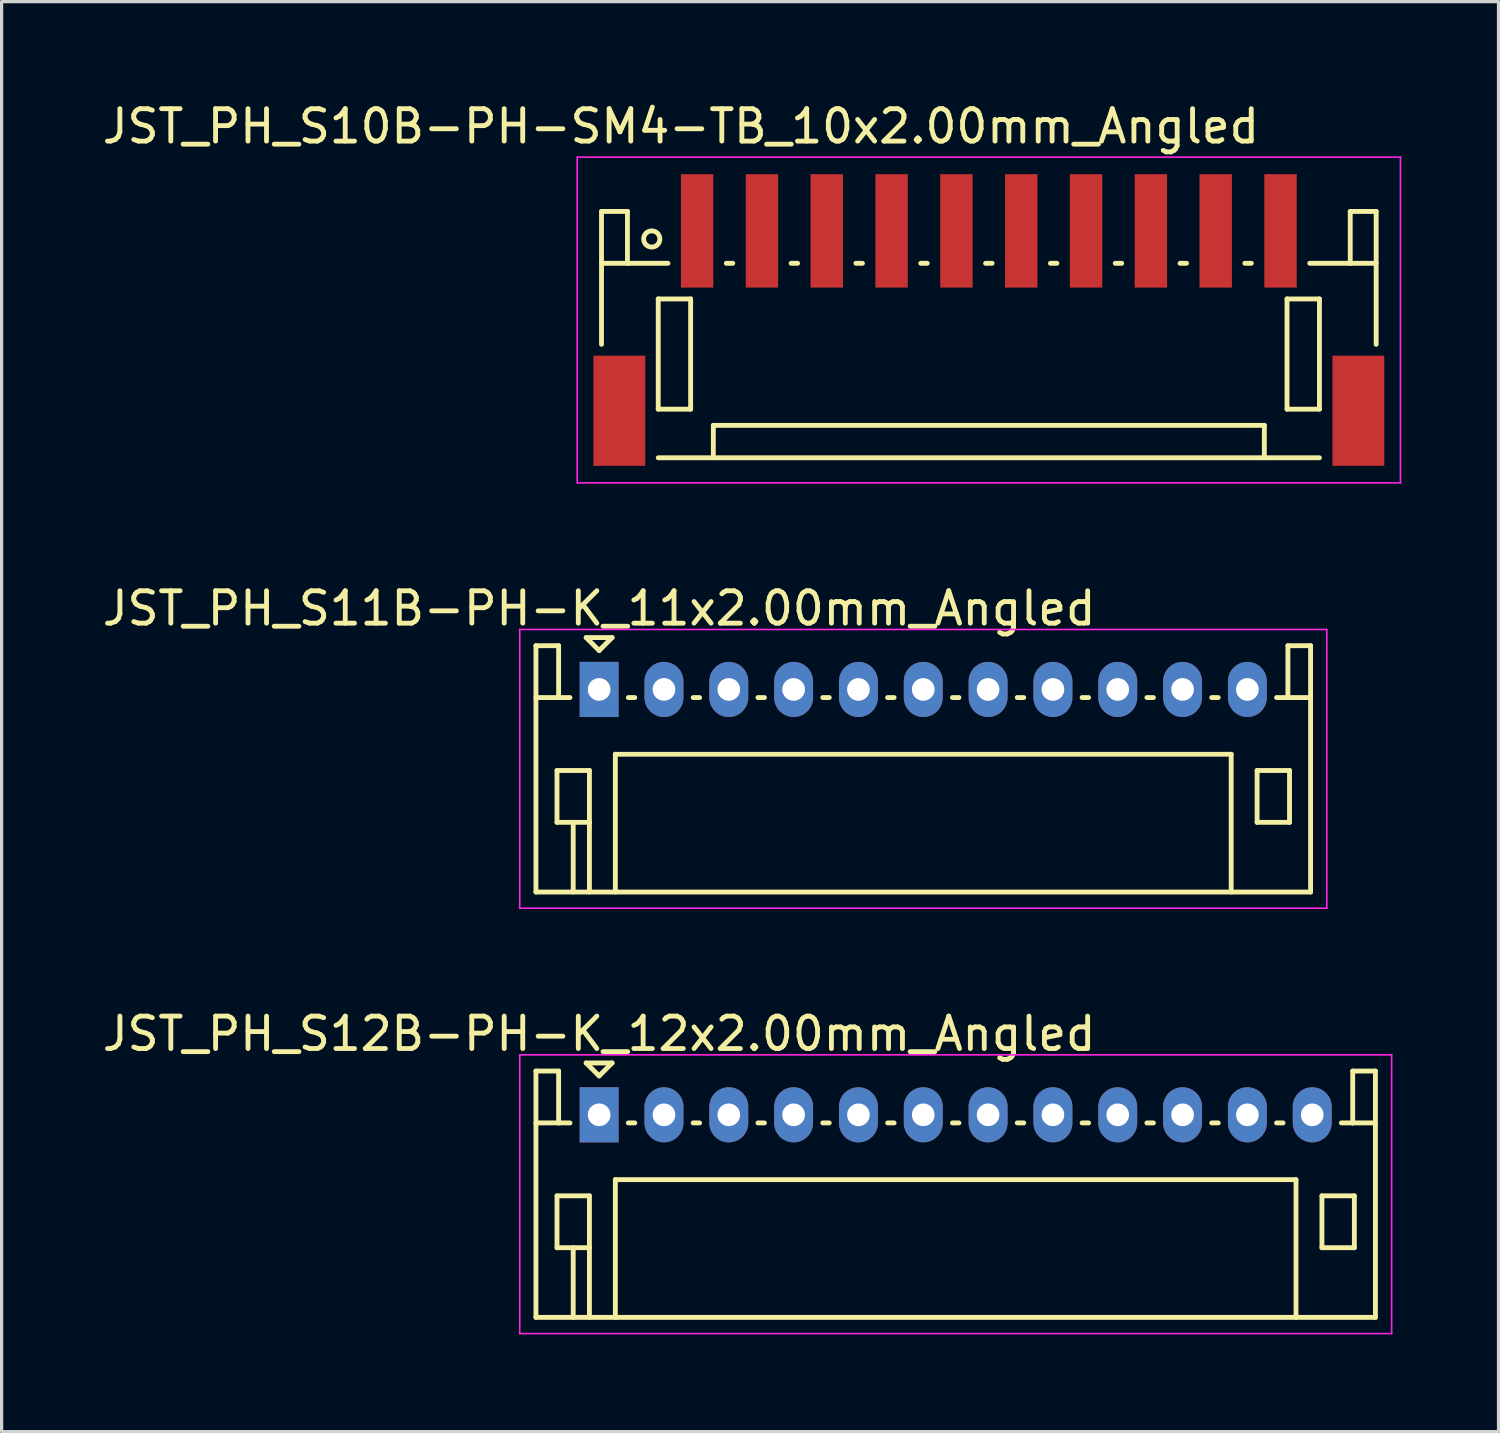
<source format=kicad_pcb>
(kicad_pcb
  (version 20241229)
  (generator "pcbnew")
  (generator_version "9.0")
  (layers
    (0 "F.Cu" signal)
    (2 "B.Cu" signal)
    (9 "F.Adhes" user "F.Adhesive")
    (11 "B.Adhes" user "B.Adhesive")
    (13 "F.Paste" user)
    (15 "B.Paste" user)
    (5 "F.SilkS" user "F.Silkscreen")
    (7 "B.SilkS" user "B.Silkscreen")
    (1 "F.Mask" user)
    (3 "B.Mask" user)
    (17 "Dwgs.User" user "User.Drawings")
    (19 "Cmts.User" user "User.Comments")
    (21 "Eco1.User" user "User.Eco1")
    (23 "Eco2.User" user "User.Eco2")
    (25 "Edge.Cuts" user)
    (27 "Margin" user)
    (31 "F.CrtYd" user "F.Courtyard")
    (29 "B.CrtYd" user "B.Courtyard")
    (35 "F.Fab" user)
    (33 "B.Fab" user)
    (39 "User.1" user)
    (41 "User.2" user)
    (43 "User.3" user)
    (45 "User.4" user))
  (footprint "JST_PH_S12B-PH-K_12x2.00mm_Angled"
    (layer "F.Cu")
    (at 15.435 31.345)
    (property "Reference" "JST_PH_S12B-PH-K_12x2.00mm_Angled" (at 0 -2.5 0) (layer "F.SilkS") (effects (font (size 1 1) (thickness 0.15))))
    (attr through_hole)
    (fp_line (start -1.95 -1.35) (end -1.95 6.25) (stroke (width 0.15) (type solid)) (layer "F.SilkS"))
    (fp_line (start -1.95 0.25) (end -1.25 0.25) (stroke (width 0.15) (type solid)) (layer "F.SilkS"))
    (fp_line (start -1.95 6.25) (end 23.95 6.25) (stroke (width 0.15) (type solid)) (layer "F.SilkS"))
    (fp_line (start -1.3 2.5) (end -1.3 4.1) (stroke (width 0.15) (type solid)) (layer "F.SilkS"))
    (fp_line (start -1.3 4.1) (end -0.3 4.1) (stroke (width 0.15) (type solid)) (layer "F.SilkS"))
    (fp_line (start -1.25 -1.35) (end -1.95 -1.35) (stroke (width 0.15) (type solid)) (layer "F.SilkS"))
    (fp_line (start -1.25 0.25) (end -1.25 -1.35) (stroke (width 0.15) (type solid)) (layer "F.SilkS"))
    (fp_line (start -0.9 0.25) (end -1.25 0.25) (stroke (width 0.15) (type solid)) (layer "F.SilkS"))
    (fp_line (start -0.8 4.1) (end -0.8 6.25) (stroke (width 0.15) (type solid)) (layer "F.SilkS"))
    (fp_line (start -0.4 -1.6) (end 0.4 -1.6) (stroke (width 0.15) (type solid)) (layer "F.SilkS"))
    (fp_line (start -0.3 2.5) (end -1.3 2.5) (stroke (width 0.15) (type solid)) (layer "F.SilkS"))
    (fp_line (start -0.3 4.1) (end -0.3 2.5) (stroke (width 0.15) (type solid)) (layer "F.SilkS"))
    (fp_line (start -0.3 4.1) (end -0.3 6.25) (stroke (width 0.15) (type solid)) (layer "F.SilkS"))
    (fp_line (start 0 -1.2) (end -0.4 -1.6) (stroke (width 0.15) (type solid)) (layer "F.SilkS"))
    (fp_line (start 0.4 -1.6) (end 0 -1.2) (stroke (width 0.15) (type solid)) (layer "F.SilkS"))
    (fp_line (start 0.5 2) (end 21.5 2) (stroke (width 0.15) (type solid)) (layer "F.SilkS"))
    (fp_line (start 0.5 6.25) (end 0.5 2) (stroke (width 0.15) (type solid)) (layer "F.SilkS"))
    (fp_line (start 0.9 0.25) (end 1.1 0.25) (stroke (width 0.15) (type solid)) (layer "F.SilkS"))
    (fp_line (start 2.9 0.25) (end 3.1 0.25) (stroke (width 0.15) (type solid)) (layer "F.SilkS"))
    (fp_line (start 4.9 0.25) (end 5.1 0.25) (stroke (width 0.15) (type solid)) (layer "F.SilkS"))
    (fp_line (start 6.9 0.25) (end 7.1 0.25) (stroke (width 0.15) (type solid)) (layer "F.SilkS"))
    (fp_line (start 8.9 0.25) (end 9.1 0.25) (stroke (width 0.15) (type solid)) (layer "F.SilkS"))
    (fp_line (start 10.9 0.25) (end 11.1 0.25) (stroke (width 0.15) (type solid)) (layer "F.SilkS"))
    (fp_line (start 12.9 0.25) (end 13.1 0.25) (stroke (width 0.15) (type solid)) (layer "F.SilkS"))
    (fp_line (start 14.9 0.25) (end 15.1 0.25) (stroke (width 0.15) (type solid)) (layer "F.SilkS"))
    (fp_line (start 16.9 0.25) (end 17.1 0.25) (stroke (width 0.15) (type solid)) (layer "F.SilkS"))
    (fp_line (start 18.9 0.25) (end 19.1 0.25) (stroke (width 0.15) (type solid)) (layer "F.SilkS"))
    (fp_line (start 20.9 0.25) (end 21.1 0.25) (stroke (width 0.15) (type solid)) (layer "F.SilkS"))
    (fp_line (start 21.5 2) (end 21.5 6.25) (stroke (width 0.15) (type solid)) (layer "F.SilkS"))
    (fp_line (start 22.3 2.5) (end 23.3 2.5) (stroke (width 0.15) (type solid)) (layer "F.SilkS"))
    (fp_line (start 22.3 4.1) (end 22.3 2.5) (stroke (width 0.15) (type solid)) (layer "F.SilkS"))
    (fp_line (start 23.25 -1.35) (end 23.25 0.25) (stroke (width 0.15) (type solid)) (layer "F.SilkS"))
    (fp_line (start 23.25 0.25) (end 22.9 0.25) (stroke (width 0.15) (type solid)) (layer "F.SilkS"))
    (fp_line (start 23.3 2.5) (end 23.3 4.1) (stroke (width 0.15) (type solid)) (layer "F.SilkS"))
    (fp_line (start 23.3 4.1) (end 22.3 4.1) (stroke (width 0.15) (type solid)) (layer "F.SilkS"))
    (fp_line (start 23.95 -1.35) (end 23.25 -1.35) (stroke (width 0.15) (type solid)) (layer "F.SilkS"))
    (fp_line (start 23.95 0.25) (end 23.25 0.25) (stroke (width 0.15) (type solid)) (layer "F.SilkS"))
    (fp_line (start 23.95 6.25) (end 23.95 -1.35) (stroke (width 0.15) (type solid)) (layer "F.SilkS"))
    (fp_line (start -2.45 -1.85) (end 24.45 -1.85) (stroke (width 0.05) (type solid)) (layer "F.CrtYd"))
    (fp_line (start -2.45 6.75) (end -2.45 -1.85) (stroke (width 0.05) (type solid)) (layer "F.CrtYd"))
    (fp_line (start 24.45 -1.85) (end 24.45 6.75) (stroke (width 0.05) (type solid)) (layer "F.CrtYd"))
    (fp_line (start 24.45 6.75) (end -2.45 6.75) (stroke (width 0.05) (type solid)) (layer "F.CrtYd"))
    (pad "1" thru_hole rect (at 0 0) (size 1.2 1.7) (drill 0.7) (layers "*.Cu" "*.Mask"))
    (pad "2" thru_hole oval (at 2 0) (size 1.2 1.7) (drill 0.7) (layers "*.Cu" "*.Mask"))
    (pad "3" thru_hole oval (at 4 0) (size 1.2 1.7) (drill 0.7) (layers "*.Cu" "*.Mask"))
    (pad "4" thru_hole oval (at 6 0) (size 1.2 1.7) (drill 0.7) (layers "*.Cu" "*.Mask"))
    (pad "5" thru_hole oval (at 8 0) (size 1.2 1.7) (drill 0.7) (layers "*.Cu" "*.Mask"))
    (pad "6" thru_hole oval (at 10 0) (size 1.2 1.7) (drill 0.7) (layers "*.Cu" "*.Mask"))
    (pad "7" thru_hole oval (at 12 0) (size 1.2 1.7) (drill 0.7) (layers "*.Cu" "*.Mask"))
    (pad "8" thru_hole oval (at 14 0) (size 1.2 1.7) (drill 0.7) (layers "*.Cu" "*.Mask"))
    (pad "9" thru_hole oval (at 16 0) (size 1.2 1.7) (drill 0.7) (layers "*.Cu" "*.Mask"))
    (pad "10" thru_hole oval (at 18 0) (size 1.2 1.7) (drill 0.7) (layers "*.Cu" "*.Mask"))
    (pad "11" thru_hole oval (at 20 0) (size 1.2 1.7) (drill 0.7) (layers "*.Cu" "*.Mask"))
    (pad "12" thru_hole oval (at 22 0) (size 1.2 1.7) (drill 0.7) (layers "*.Cu" "*.Mask")))
  (footprint "JST_PH_S11B-PH-K_11x2.00mm_Angled"
    (layer "F.Cu")
    (at 15.435 18.221)
    (property "Reference" "JST_PH_S11B-PH-K_11x2.00mm_Angled" (at 0 -2.5 0) (layer "F.SilkS") (effects (font (size 1 1) (thickness 0.15))))
    (attr through_hole)
    (fp_line (start -1.95 -1.35) (end -1.95 6.25) (stroke (width 0.15) (type solid)) (layer "F.SilkS"))
    (fp_line (start -1.95 0.25) (end -1.25 0.25) (stroke (width 0.15) (type solid)) (layer "F.SilkS"))
    (fp_line (start -1.95 6.25) (end 21.95 6.25) (stroke (width 0.15) (type solid)) (layer "F.SilkS"))
    (fp_line (start -1.3 2.5) (end -1.3 4.1) (stroke (width 0.15) (type solid)) (layer "F.SilkS"))
    (fp_line (start -1.3 4.1) (end -0.3 4.1) (stroke (width 0.15) (type solid)) (layer "F.SilkS"))
    (fp_line (start -1.25 -1.35) (end -1.95 -1.35) (stroke (width 0.15) (type solid)) (layer "F.SilkS"))
    (fp_line (start -1.25 0.25) (end -1.25 -1.35) (stroke (width 0.15) (type solid)) (layer "F.SilkS"))
    (fp_line (start -0.9 0.25) (end -1.25 0.25) (stroke (width 0.15) (type solid)) (layer "F.SilkS"))
    (fp_line (start -0.8 4.1) (end -0.8 6.25) (stroke (width 0.15) (type solid)) (layer "F.SilkS"))
    (fp_line (start -0.4 -1.6) (end 0.4 -1.6) (stroke (width 0.15) (type solid)) (layer "F.SilkS"))
    (fp_line (start -0.3 2.5) (end -1.3 2.5) (stroke (width 0.15) (type solid)) (layer "F.SilkS"))
    (fp_line (start -0.3 4.1) (end -0.3 2.5) (stroke (width 0.15) (type solid)) (layer "F.SilkS"))
    (fp_line (start -0.3 4.1) (end -0.3 6.25) (stroke (width 0.15) (type solid)) (layer "F.SilkS"))
    (fp_line (start 0 -1.2) (end -0.4 -1.6) (stroke (width 0.15) (type solid)) (layer "F.SilkS"))
    (fp_line (start 0.4 -1.6) (end 0 -1.2) (stroke (width 0.15) (type solid)) (layer "F.SilkS"))
    (fp_line (start 0.5 2) (end 19.5 2) (stroke (width 0.15) (type solid)) (layer "F.SilkS"))
    (fp_line (start 0.5 6.25) (end 0.5 2) (stroke (width 0.15) (type solid)) (layer "F.SilkS"))
    (fp_line (start 0.9 0.25) (end 1.1 0.25) (stroke (width 0.15) (type solid)) (layer "F.SilkS"))
    (fp_line (start 2.9 0.25) (end 3.1 0.25) (stroke (width 0.15) (type solid)) (layer "F.SilkS"))
    (fp_line (start 4.9 0.25) (end 5.1 0.25) (stroke (width 0.15) (type solid)) (layer "F.SilkS"))
    (fp_line (start 6.9 0.25) (end 7.1 0.25) (stroke (width 0.15) (type solid)) (layer "F.SilkS"))
    (fp_line (start 8.9 0.25) (end 9.1 0.25) (stroke (width 0.15) (type solid)) (layer "F.SilkS"))
    (fp_line (start 10.9 0.25) (end 11.1 0.25) (stroke (width 0.15) (type solid)) (layer "F.SilkS"))
    (fp_line (start 12.9 0.25) (end 13.1 0.25) (stroke (width 0.15) (type solid)) (layer "F.SilkS"))
    (fp_line (start 14.9 0.25) (end 15.1 0.25) (stroke (width 0.15) (type solid)) (layer "F.SilkS"))
    (fp_line (start 16.9 0.25) (end 17.1 0.25) (stroke (width 0.15) (type solid)) (layer "F.SilkS"))
    (fp_line (start 18.9 0.25) (end 19.1 0.25) (stroke (width 0.15) (type solid)) (layer "F.SilkS"))
    (fp_line (start 19.5 2) (end 19.5 6.25) (stroke (width 0.15) (type solid)) (layer "F.SilkS"))
    (fp_line (start 20.3 2.5) (end 21.3 2.5) (stroke (width 0.15) (type solid)) (layer "F.SilkS"))
    (fp_line (start 20.3 4.1) (end 20.3 2.5) (stroke (width 0.15) (type solid)) (layer "F.SilkS"))
    (fp_line (start 21.25 -1.35) (end 21.25 0.25) (stroke (width 0.15) (type solid)) (layer "F.SilkS"))
    (fp_line (start 21.25 0.25) (end 20.9 0.25) (stroke (width 0.15) (type solid)) (layer "F.SilkS"))
    (fp_line (start 21.3 2.5) (end 21.3 4.1) (stroke (width 0.15) (type solid)) (layer "F.SilkS"))
    (fp_line (start 21.3 4.1) (end 20.3 4.1) (stroke (width 0.15) (type solid)) (layer "F.SilkS"))
    (fp_line (start 21.95 -1.35) (end 21.25 -1.35) (stroke (width 0.15) (type solid)) (layer "F.SilkS"))
    (fp_line (start 21.95 0.25) (end 21.25 0.25) (stroke (width 0.15) (type solid)) (layer "F.SilkS"))
    (fp_line (start 21.95 6.25) (end 21.95 -1.35) (stroke (width 0.15) (type solid)) (layer "F.SilkS"))
    (fp_line (start -2.45 -1.85) (end 22.45 -1.85) (stroke (width 0.05) (type solid)) (layer "F.CrtYd"))
    (fp_line (start -2.45 6.75) (end -2.45 -1.85) (stroke (width 0.05) (type solid)) (layer "F.CrtYd"))
    (fp_line (start 22.45 -1.85) (end 22.45 6.75) (stroke (width 0.05) (type solid)) (layer "F.CrtYd"))
    (fp_line (start 22.45 6.75) (end -2.45 6.75) (stroke (width 0.05) (type solid)) (layer "F.CrtYd"))
    (pad "1" thru_hole rect (at 0 0) (size 1.2 1.7) (drill 0.7) (layers "*.Cu" "*.Mask"))
    (pad "2" thru_hole oval (at 2 0) (size 1.2 1.7) (drill 0.7) (layers "*.Cu" "*.Mask"))
    (pad "3" thru_hole oval (at 4 0) (size 1.2 1.7) (drill 0.7) (layers "*.Cu" "*.Mask"))
    (pad "4" thru_hole oval (at 6 0) (size 1.2 1.7) (drill 0.7) (layers "*.Cu" "*.Mask"))
    (pad "5" thru_hole oval (at 8 0) (size 1.2 1.7) (drill 0.7) (layers "*.Cu" "*.Mask"))
    (pad "6" thru_hole oval (at 10 0) (size 1.2 1.7) (drill 0.7) (layers "*.Cu" "*.Mask"))
    (pad "7" thru_hole oval (at 12 0) (size 1.2 1.7) (drill 0.7) (layers "*.Cu" "*.Mask"))
    (pad "8" thru_hole oval (at 14 0) (size 1.2 1.7) (drill 0.7) (layers "*.Cu" "*.Mask"))
    (pad "9" thru_hole oval (at 16 0) (size 1.2 1.7) (drill 0.7) (layers "*.Cu" "*.Mask"))
    (pad "10" thru_hole oval (at 18 0) (size 1.2 1.7) (drill 0.7) (layers "*.Cu" "*.Mask"))
    (pad "11" thru_hole oval (at 20 0) (size 1.2 1.7) (drill 0.7) (layers "*.Cu" "*.Mask")))
  (footprint "JST_PH_S10B-PH-SM4-TB_10x2.00mm_Angled"
    (layer "F.Cu")
    (at 27.458 6.848)
    (property "Reference" "JST_PH_S10B-PH-SM4-TB_10x2.00mm_Angled" (at -9.5 -6 0) (layer "F.SilkS") (effects (font (size 1 1) (thickness 0.15))))
    (attr smd)
    (fp_line (start -11.95 -3.375) (end -11.95 0.725) (stroke (width 0.15) (type solid)) (layer "F.SilkS"))
    (fp_line (start -11.15 -3.375) (end -11.95 -3.375) (stroke (width 0.15) (type solid)) (layer "F.SilkS"))
    (fp_line (start -11.15 -1.775) (end -11.95 -1.775) (stroke (width 0.15) (type solid)) (layer "F.SilkS"))
    (fp_line (start -11.15 -1.775) (end -11.15 -3.375) (stroke (width 0.15) (type solid)) (layer "F.SilkS"))
    (fp_line (start -10.2 -0.675) (end -10.2 2.725) (stroke (width 0.15) (type solid)) (layer "F.SilkS"))
    (fp_line (start -10.2 2.725) (end -9.2 2.725) (stroke (width 0.15) (type solid)) (layer "F.SilkS"))
    (fp_line (start -10.2 4.225) (end 10.2 4.225) (stroke (width 0.15) (type solid)) (layer "F.SilkS"))
    (fp_line (start -9.9 -1.775) (end -11.15 -1.775) (stroke (width 0.15) (type solid)) (layer "F.SilkS"))
    (fp_line (start -9.2 -0.675) (end -10.2 -0.675) (stroke (width 0.15) (type solid)) (layer "F.SilkS"))
    (fp_line (start -9.2 2.725) (end -9.2 -0.675) (stroke (width 0.15) (type solid)) (layer "F.SilkS"))
    (fp_line (start -8.5 3.225) (end 8.5 3.225) (stroke (width 0.15) (type solid)) (layer "F.SilkS"))
    (fp_line (start -8.5 4.225) (end -8.5 3.225) (stroke (width 0.15) (type solid)) (layer "F.SilkS"))
    (fp_line (start -8.1 -1.775) (end -7.9 -1.775) (stroke (width 0.15) (type solid)) (layer "F.SilkS"))
    (fp_line (start -6.1 -1.775) (end -5.9 -1.775) (stroke (width 0.15) (type solid)) (layer "F.SilkS"))
    (fp_line (start -4.1 -1.775) (end -3.9 -1.775) (stroke (width 0.15) (type solid)) (layer "F.SilkS"))
    (fp_line (start -2.1 -1.775) (end -1.9 -1.775) (stroke (width 0.15) (type solid)) (layer "F.SilkS"))
    (fp_line (start -0.1 -1.775) (end 0.1 -1.775) (stroke (width 0.15) (type solid)) (layer "F.SilkS"))
    (fp_line (start 1.9 -1.775) (end 2.1 -1.775) (stroke (width 0.15) (type solid)) (layer "F.SilkS"))
    (fp_line (start 3.9 -1.775) (end 4.1 -1.775) (stroke (width 0.15) (type solid)) (layer "F.SilkS"))
    (fp_line (start 5.9 -1.775) (end 6.1 -1.775) (stroke (width 0.15) (type solid)) (layer "F.SilkS"))
    (fp_line (start 7.9 -1.775) (end 8.1 -1.775) (stroke (width 0.15) (type solid)) (layer "F.SilkS"))
    (fp_line (start 8.5 3.225) (end 8.5 4.225) (stroke (width 0.15) (type solid)) (layer "F.SilkS"))
    (fp_line (start 9.2 -0.675) (end 10.2 -0.675) (stroke (width 0.15) (type solid)) (layer "F.SilkS"))
    (fp_line (start 9.2 2.725) (end 9.2 -0.675) (stroke (width 0.15) (type solid)) (layer "F.SilkS"))
    (fp_line (start 9.9 -1.775) (end 11.15 -1.775) (stroke (width 0.15) (type solid)) (layer "F.SilkS"))
    (fp_line (start 10.2 -0.675) (end 10.2 2.725) (stroke (width 0.15) (type solid)) (layer "F.SilkS"))
    (fp_line (start 10.2 2.725) (end 9.2 2.725) (stroke (width 0.15) (type solid)) (layer "F.SilkS"))
    (fp_line (start 11.15 -3.375) (end 11.95 -3.375) (stroke (width 0.15) (type solid)) (layer "F.SilkS"))
    (fp_line (start 11.15 -1.775) (end 11.15 -3.375) (stroke (width 0.15) (type solid)) (layer "F.SilkS"))
    (fp_line (start 11.15 -1.775) (end 11.95 -1.775) (stroke (width 0.15) (type solid)) (layer "F.SilkS"))
    (fp_line (start 11.95 -3.375) (end 11.95 0.725) (stroke (width 0.15) (type solid)) (layer "F.SilkS"))
    (fp_circle (center -10.4 -2.525) (end -10.15 -2.525) (stroke (width 0.15) (type solid)) (fill no) (layer "F.SilkS"))
    (fp_line (start -12.7 -5.05) (end 12.7 -5.05) (stroke (width 0.05) (type solid)) (layer "F.CrtYd"))
    (fp_line (start -12.7 5) (end -12.7 -5.05) (stroke (width 0.05) (type solid)) (layer "F.CrtYd"))
    (fp_line (start 12.7 -5.05) (end 12.7 5) (stroke (width 0.05) (type solid)) (layer "F.CrtYd"))
    (fp_line (start 12.7 5) (end -12.7 5) (stroke (width 0.05) (type solid)) (layer "F.CrtYd"))
    (pad "" smd rect (at -11.4 2.775) (size 1.6 3.4) (layers "F.Cu" "F.Mask" "F.Paste"))
    (pad "" smd rect (at 11.4 2.775) (size 1.6 3.4) (layers "F.Cu" "F.Mask" "F.Paste"))
    (pad "1" smd rect (at -9 -2.775) (size 1 3.5) (layers "F.Cu" "F.Mask" "F.Paste"))
    (pad "2" smd rect (at -7 -2.775) (size 1 3.5) (layers "F.Cu" "F.Mask" "F.Paste"))
    (pad "3" smd rect (at -5 -2.775) (size 1 3.5) (layers "F.Cu" "F.Mask" "F.Paste"))
    (pad "4" smd rect (at -3 -2.775) (size 1 3.5) (layers "F.Cu" "F.Mask" "F.Paste"))
    (pad "5" smd rect (at -1 -2.775) (size 1 3.5) (layers "F.Cu" "F.Mask" "F.Paste"))
    (pad "6" smd rect (at 1 -2.775) (size 1 3.5) (layers "F.Cu" "F.Mask" "F.Paste"))
    (pad "7" smd rect (at 3 -2.775) (size 1 3.5) (layers "F.Cu" "F.Mask" "F.Paste"))
    (pad "8" smd rect (at 5 -2.775) (size 1 3.5) (layers "F.Cu" "F.Mask" "F.Paste"))
    (pad "9" smd rect (at 7 -2.775) (size 1 3.5) (layers "F.Cu" "F.Mask" "F.Paste"))
    (pad "10" smd rect (at 9 -2.775) (size 1 3.5) (layers "F.Cu" "F.Mask" "F.Paste")))
  (gr_rect
    (start -3 -3)
    (end 43.183 41.12)
    (stroke (width 0.1) (type default))
    (fill no)
    (layer "Edge.Cuts")))
</source>
